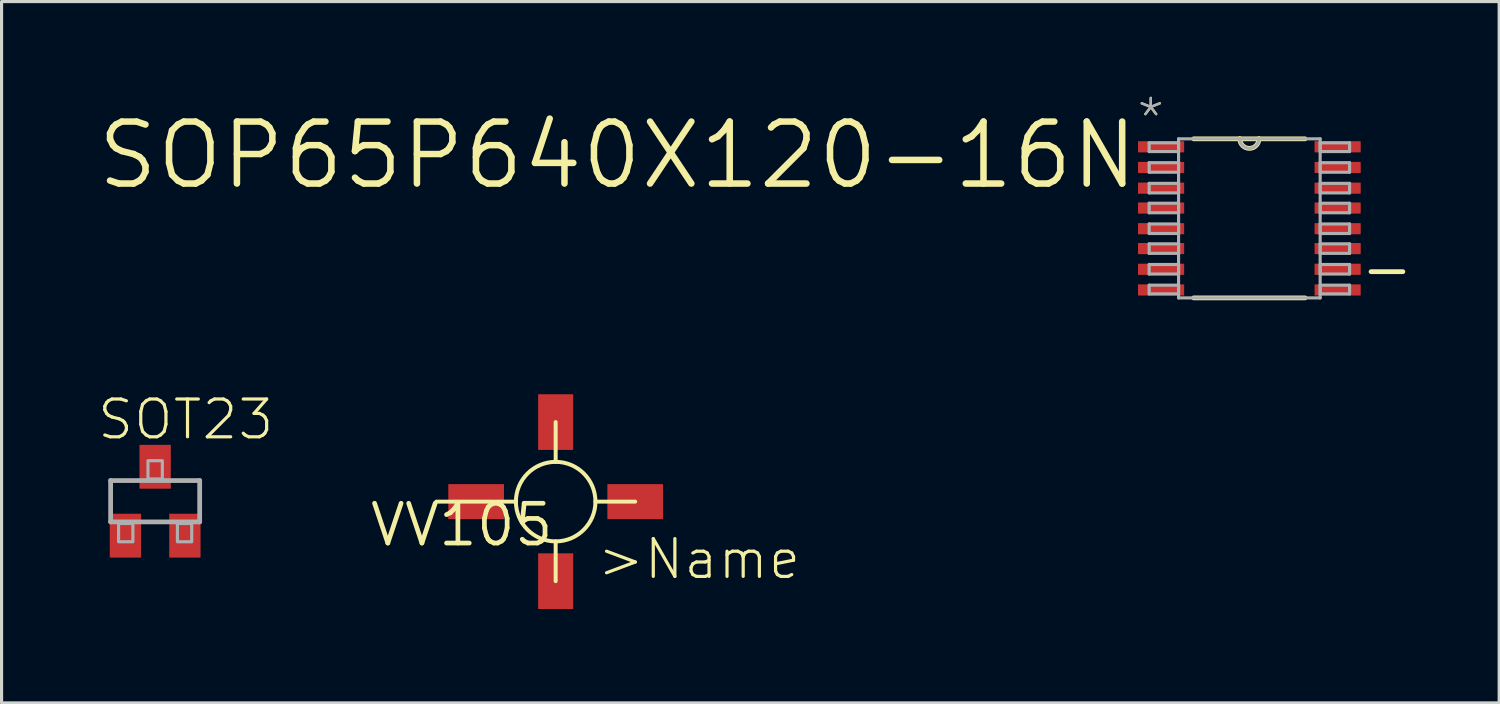
<source format=kicad_pcb>
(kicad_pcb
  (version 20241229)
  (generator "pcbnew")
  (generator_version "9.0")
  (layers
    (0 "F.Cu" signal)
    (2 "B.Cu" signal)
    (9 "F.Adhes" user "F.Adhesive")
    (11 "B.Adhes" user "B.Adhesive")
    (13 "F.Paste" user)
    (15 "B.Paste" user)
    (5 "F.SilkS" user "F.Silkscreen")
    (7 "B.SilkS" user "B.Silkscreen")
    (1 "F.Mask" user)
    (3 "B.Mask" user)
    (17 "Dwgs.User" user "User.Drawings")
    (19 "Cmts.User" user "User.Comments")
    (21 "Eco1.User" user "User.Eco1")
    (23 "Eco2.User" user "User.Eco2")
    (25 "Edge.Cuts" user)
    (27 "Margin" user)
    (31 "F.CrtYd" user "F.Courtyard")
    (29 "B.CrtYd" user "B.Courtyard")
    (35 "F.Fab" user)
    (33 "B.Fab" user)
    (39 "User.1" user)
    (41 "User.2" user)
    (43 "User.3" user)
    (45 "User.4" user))
  (footprint "SOT23"
    (layer "F.Cu")
    (at 1.905 12.957)
    (property "Reference" "SOT23" (at -1.905 -1.905 0) (layer "F.SilkS") (effects (font (size 1.206 1.206) (thickness 0.102)) (justify left bottom)))
    (attr through_hole)
    (fp_line (start -1.422 -0.66) (end 1.422 -0.66) (stroke (width 0.152) (type solid)) (layer "F.Fab"))
    (fp_line (start -1.422 0.66) (end -1.422 -0.66) (stroke (width 0.152) (type solid)) (layer "F.Fab"))
    (fp_line (start 1.422 -0.66) (end 1.422 0.66) (stroke (width 0.152) (type solid)) (layer "F.Fab"))
    (fp_line (start 1.422 0.66) (end -1.422 0.66) (stroke (width 0.152) (type solid)) (layer "F.Fab"))
    (fp_poly (pts (xy -1.168 1.295) (xy -0.711 1.295) (xy -0.711 0.711) (xy -1.168 0.711)) (stroke (width 0.1) (type solid)) (fill no) (layer "F.Fab"))
    (fp_poly (pts (xy -0.229 -0.711) (xy 0.229 -0.711) (xy 0.229 -1.295) (xy -0.229 -1.295)) (stroke (width 0.1) (type solid)) (fill no) (layer "F.Fab"))
    (fp_poly (pts (xy 0.711 1.295) (xy 1.168 1.295) (xy 1.168 0.711) (xy 0.711 0.711)) (stroke (width 0.1) (type solid)) (fill no) (layer "F.Fab"))
    (pad "1" smd rect (at -0.95 1.1) (size 1 1.4) (layers "F.Cu" "F.Mask" "F.Paste"))
    (pad "2" smd rect (at 0.95 1.1) (size 1 1.4) (layers "F.Cu" "F.Mask" "F.Paste"))
    (pad "3" smd rect (at 0 -1.1) (size 1 1.4) (layers "F.Cu" "F.Mask" "F.Paste")))
  (footprint "VV105"
    (layer "F.Cu")
    (at 14.696 12.97)
    (property "Reference" "VV105" (at 0 0 0) (layer "F.SilkS") (effects (font (size 1.27 1.27) (thickness 0.15)) (justify right top)))
    (attr through_hole)
    (fp_line (start -1.27 0) (end -3.81 0) (stroke (width 0.127) (type solid)) (layer "F.SilkS"))
    (fp_line (start 0 -1.27) (end 0 -2.54) (stroke (width 0.127) (type solid)) (layer "F.SilkS"))
    (fp_line (start 0 1.27) (end 0 2.54) (stroke (width 0.127) (type solid)) (layer "F.SilkS"))
    (fp_line (start 1.27 0) (end 2.54 0) (stroke (width 0.127) (type solid)) (layer "F.SilkS"))
    (fp_circle (center 0 0) (end 1.27 0) (stroke (width 0.127) (type solid)) (fill no) (layer "F.SilkS"))
    (fp_text user ">Name" (at 1.27 2.54 0) (layer "F.SilkS") (effects (font (size 1.206 1.206) (thickness 0.102)) (justify left bottom)))
    (pad "1" smd rect (at -2.54 0) (size 1.778 1.118) (layers "F.Cu" "F.Mask" "F.Paste"))
    (pad "2" smd rect (at 0 2.54 90) (size 1.778 1.118) (layers "F.Cu" "F.Mask" "F.Paste"))
    (pad "3" smd rect (at 2.54 0) (size 1.778 1.118) (layers "F.Cu" "F.Mask" "F.Paste"))
    (pad "4" smd rect (at 0 -2.54 90) (size 1.778 1.118) (layers "F.Cu" "F.Mask" "F.Paste")))
  (footprint "SOP65P640X120-16N"
    (layer "F.Cu")
    (at 36.85 3.924)
    (property "Reference" "SOP65P640X120-16N" (at -3.454 -3.175 0) (layer "F.SilkS") (effects (font (size 1.979 1.979) (thickness 0.208)) (justify right top)))
    (attr through_hole)
    (fp_line (start -1.778 2.54) (end 1.778 2.54) (stroke (width 0.152) (type solid)) (layer "F.SilkS"))
    (fp_line (start -0.305 -2.54) (end -1.778 -2.54) (stroke (width 0.152) (type solid)) (layer "F.SilkS"))
    (fp_line (start 0.305 -2.54) (end -0.305 -2.54) (stroke (width 0.152) (type solid)) (layer "F.SilkS"))
    (fp_line (start 1.778 -2.54) (end 0.305 -2.54) (stroke (width 0.152) (type solid)) (layer "F.SilkS"))
    (fp_line (start 3.886 1.702) (end 4.902 1.702) (stroke (width 0.152) (type solid)) (layer "F.SilkS"))
    (fp_arc (start 0.3048 -2.54) (mid 0 -2.2352) (end -0.3048 -2.54) (stroke (width 0.1524) (type solid)) (layer "F.SilkS"))
    (fp_line (start -3.2 -2.413) (end -3.2 -2.134) (stroke (width 0.1) (type solid)) (layer "F.Fab"))
    (fp_line (start -3.2 -2.134) (end -2.261 -2.134) (stroke (width 0.1) (type solid)) (layer "F.Fab"))
    (fp_line (start -3.2 -1.778) (end -3.2 -1.473) (stroke (width 0.1) (type solid)) (layer "F.Fab"))
    (fp_line (start -3.2 -1.473) (end -2.261 -1.473) (stroke (width 0.1) (type solid)) (layer "F.Fab"))
    (fp_line (start -3.2 -1.118) (end -3.2 -0.813) (stroke (width 0.1) (type solid)) (layer "F.Fab"))
    (fp_line (start -3.2 -0.813) (end -2.261 -0.813) (stroke (width 0.1) (type solid)) (layer "F.Fab"))
    (fp_line (start -3.2 -0.483) (end -3.2 -0.178) (stroke (width 0.1) (type solid)) (layer "F.Fab"))
    (fp_line (start -3.2 -0.178) (end -2.261 -0.178) (stroke (width 0.1) (type solid)) (layer "F.Fab"))
    (fp_line (start -3.2 0.178) (end -3.2 0.483) (stroke (width 0.1) (type solid)) (layer "F.Fab"))
    (fp_line (start -3.2 0.483) (end -2.261 0.483) (stroke (width 0.1) (type solid)) (layer "F.Fab"))
    (fp_line (start -3.2 0.813) (end -3.2 1.118) (stroke (width 0.1) (type solid)) (layer "F.Fab"))
    (fp_line (start -3.2 1.118) (end -2.261 1.118) (stroke (width 0.1) (type solid)) (layer "F.Fab"))
    (fp_line (start -3.2 1.473) (end -3.2 1.778) (stroke (width 0.1) (type solid)) (layer "F.Fab"))
    (fp_line (start -3.2 1.778) (end -2.261 1.778) (stroke (width 0.1) (type solid)) (layer "F.Fab"))
    (fp_line (start -3.2 2.134) (end -3.2 2.413) (stroke (width 0.1) (type solid)) (layer "F.Fab"))
    (fp_line (start -3.2 2.413) (end -2.261 2.413) (stroke (width 0.1) (type solid)) (layer "F.Fab"))
    (fp_line (start -2.261 -2.54) (end -2.261 2.54) (stroke (width 0.1) (type solid)) (layer "F.Fab"))
    (fp_line (start -2.261 -2.413) (end -3.2 -2.413) (stroke (width 0.1) (type solid)) (layer "F.Fab"))
    (fp_line (start -2.261 -2.134) (end -2.261 -2.413) (stroke (width 0.1) (type solid)) (layer "F.Fab"))
    (fp_line (start -2.261 -1.778) (end -3.2 -1.778) (stroke (width 0.1) (type solid)) (layer "F.Fab"))
    (fp_line (start -2.261 -1.473) (end -2.261 -1.778) (stroke (width 0.1) (type solid)) (layer "F.Fab"))
    (fp_line (start -2.261 -1.118) (end -3.2 -1.118) (stroke (width 0.1) (type solid)) (layer "F.Fab"))
    (fp_line (start -2.261 -0.813) (end -2.261 -1.118) (stroke (width 0.1) (type solid)) (layer "F.Fab"))
    (fp_line (start -2.261 -0.483) (end -3.2 -0.483) (stroke (width 0.1) (type solid)) (layer "F.Fab"))
    (fp_line (start -2.261 -0.178) (end -2.261 -0.483) (stroke (width 0.1) (type solid)) (layer "F.Fab"))
    (fp_line (start -2.261 0.178) (end -3.2 0.178) (stroke (width 0.1) (type solid)) (layer "F.Fab"))
    (fp_line (start -2.261 0.483) (end -2.261 0.178) (stroke (width 0.1) (type solid)) (layer "F.Fab"))
    (fp_line (start -2.261 0.813) (end -3.2 0.813) (stroke (width 0.1) (type solid)) (layer "F.Fab"))
    (fp_line (start -2.261 1.118) (end -2.261 0.813) (stroke (width 0.1) (type solid)) (layer "F.Fab"))
    (fp_line (start -2.261 1.473) (end -3.2 1.473) (stroke (width 0.1) (type solid)) (layer "F.Fab"))
    (fp_line (start -2.261 1.778) (end -2.261 1.473) (stroke (width 0.1) (type solid)) (layer "F.Fab"))
    (fp_line (start -2.261 2.134) (end -3.2 2.134) (stroke (width 0.1) (type solid)) (layer "F.Fab"))
    (fp_line (start -2.261 2.413) (end -2.261 2.134) (stroke (width 0.1) (type solid)) (layer "F.Fab"))
    (fp_line (start -2.261 2.54) (end 2.261 2.54) (stroke (width 0.1) (type solid)) (layer "F.Fab"))
    (fp_line (start -0.305 -2.54) (end -2.261 -2.54) (stroke (width 0.1) (type solid)) (layer "F.Fab"))
    (fp_line (start 0.305 -2.54) (end -0.305 -2.54) (stroke (width 0.1) (type solid)) (layer "F.Fab"))
    (fp_line (start 2.261 -2.54) (end 0.305 -2.54) (stroke (width 0.1) (type solid)) (layer "F.Fab"))
    (fp_line (start 2.261 -2.413) (end 2.261 -2.134) (stroke (width 0.1) (type solid)) (layer "F.Fab"))
    (fp_line (start 2.261 -2.134) (end 3.2 -2.134) (stroke (width 0.1) (type solid)) (layer "F.Fab"))
    (fp_line (start 2.261 -1.778) (end 2.261 -1.473) (stroke (width 0.1) (type solid)) (layer "F.Fab"))
    (fp_line (start 2.261 -1.473) (end 3.2 -1.473) (stroke (width 0.1) (type solid)) (layer "F.Fab"))
    (fp_line (start 2.261 -1.118) (end 2.261 -0.813) (stroke (width 0.1) (type solid)) (layer "F.Fab"))
    (fp_line (start 2.261 -0.813) (end 3.2 -0.813) (stroke (width 0.1) (type solid)) (layer "F.Fab"))
    (fp_line (start 2.261 -0.483) (end 2.261 -0.178) (stroke (width 0.1) (type solid)) (layer "F.Fab"))
    (fp_line (start 2.261 -0.178) (end 3.2 -0.178) (stroke (width 0.1) (type solid)) (layer "F.Fab"))
    (fp_line (start 2.261 0.178) (end 2.261 0.483) (stroke (width 0.1) (type solid)) (layer "F.Fab"))
    (fp_line (start 2.261 0.483) (end 3.2 0.483) (stroke (width 0.1) (type solid)) (layer "F.Fab"))
    (fp_line (start 2.261 0.813) (end 2.261 1.118) (stroke (width 0.1) (type solid)) (layer "F.Fab"))
    (fp_line (start 2.261 1.118) (end 3.2 1.118) (stroke (width 0.1) (type solid)) (layer "F.Fab"))
    (fp_line (start 2.261 1.473) (end 2.261 1.778) (stroke (width 0.1) (type solid)) (layer "F.Fab"))
    (fp_line (start 2.261 1.778) (end 3.2 1.778) (stroke (width 0.1) (type solid)) (layer "F.Fab"))
    (fp_line (start 2.261 2.134) (end 2.261 2.413) (stroke (width 0.1) (type solid)) (layer "F.Fab"))
    (fp_line (start 2.261 2.413) (end 3.2 2.413) (stroke (width 0.1) (type solid)) (layer "F.Fab"))
    (fp_line (start 2.261 2.54) (end 2.261 -2.54) (stroke (width 0.1) (type solid)) (layer "F.Fab"))
    (fp_line (start 3.2 -2.413) (end 2.261 -2.413) (stroke (width 0.1) (type solid)) (layer "F.Fab"))
    (fp_line (start 3.2 -2.134) (end 3.2 -2.413) (stroke (width 0.1) (type solid)) (layer "F.Fab"))
    (fp_line (start 3.2 -1.778) (end 2.261 -1.778) (stroke (width 0.1) (type solid)) (layer "F.Fab"))
    (fp_line (start 3.2 -1.473) (end 3.2 -1.778) (stroke (width 0.1) (type solid)) (layer "F.Fab"))
    (fp_line (start 3.2 -1.118) (end 2.261 -1.118) (stroke (width 0.1) (type solid)) (layer "F.Fab"))
    (fp_line (start 3.2 -0.813) (end 3.2 -1.118) (stroke (width 0.1) (type solid)) (layer "F.Fab"))
    (fp_line (start 3.2 -0.483) (end 2.261 -0.483) (stroke (width 0.1) (type solid)) (layer "F.Fab"))
    (fp_line (start 3.2 -0.178) (end 3.2 -0.483) (stroke (width 0.1) (type solid)) (layer "F.Fab"))
    (fp_line (start 3.2 0.178) (end 2.261 0.178) (stroke (width 0.1) (type solid)) (layer "F.Fab"))
    (fp_line (start 3.2 0.483) (end 3.2 0.178) (stroke (width 0.1) (type solid)) (layer "F.Fab"))
    (fp_line (start 3.2 0.813) (end 2.261 0.813) (stroke (width 0.1) (type solid)) (layer "F.Fab"))
    (fp_line (start 3.2 1.118) (end 3.2 0.813) (stroke (width 0.1) (type solid)) (layer "F.Fab"))
    (fp_line (start 3.2 1.473) (end 2.261 1.473) (stroke (width 0.1) (type solid)) (layer "F.Fab"))
    (fp_line (start 3.2 1.778) (end 3.2 1.473) (stroke (width 0.1) (type solid)) (layer "F.Fab"))
    (fp_line (start 3.2 2.134) (end 2.261 2.134) (stroke (width 0.1) (type solid)) (layer "F.Fab"))
    (fp_line (start 3.2 2.413) (end 3.2 2.134) (stroke (width 0.1) (type solid)) (layer "F.Fab"))
    (fp_arc (start 0.3048 -2.54) (mid 0 -2.2352) (end -0.3048 -2.54) (stroke (width 0.1) (type solid)) (layer "F.Fab"))
    (fp_text user "*" (at -3.658 -2.489 0) (layer "F.SilkS") (effects (font (size 1.206 1.206) (thickness 0.076)) (justify left bottom)))
    (fp_text user "*" (at -3.658 -2.489 0) (layer "F.Fab") (effects (font (size 1.206 1.206) (thickness 0.076)) (justify left bottom)))
    (pad "1" smd rect (at -2.819 -2.286) (size 1.473 0.356) (layers "F.Cu" "F.Mask" "F.Paste"))
    (pad "2" smd rect (at -2.819 -1.626) (size 1.473 0.356) (layers "F.Cu" "F.Mask" "F.Paste"))
    (pad "3" smd rect (at -2.819 -0.965) (size 1.473 0.356) (layers "F.Cu" "F.Mask" "F.Paste"))
    (pad "4" smd rect (at -2.819 -0.33) (size 1.473 0.356) (layers "F.Cu" "F.Mask" "F.Paste"))
    (pad "5" smd rect (at -2.819 0.33) (size 1.473 0.356) (layers "F.Cu" "F.Mask" "F.Paste"))
    (pad "6" smd rect (at -2.819 0.965) (size 1.473 0.356) (layers "F.Cu" "F.Mask" "F.Paste"))
    (pad "7" smd rect (at -2.819 1.626) (size 1.473 0.356) (layers "F.Cu" "F.Mask" "F.Paste"))
    (pad "8" smd rect (at -2.819 2.286) (size 1.473 0.356) (layers "F.Cu" "F.Mask" "F.Paste"))
    (pad "9" smd rect (at 2.819 2.286) (size 1.473 0.356) (layers "F.Cu" "F.Mask" "F.Paste"))
    (pad "10" smd rect (at 2.819 1.626) (size 1.473 0.356) (layers "F.Cu" "F.Mask" "F.Paste"))
    (pad "11" smd rect (at 2.819 0.965) (size 1.473 0.356) (layers "F.Cu" "F.Mask" "F.Paste"))
    (pad "12" smd rect (at 2.819 0.33) (size 1.473 0.356) (layers "F.Cu" "F.Mask" "F.Paste"))
    (pad "13" smd rect (at 2.819 -0.33) (size 1.473 0.356) (layers "F.Cu" "F.Mask" "F.Paste"))
    (pad "14" smd rect (at 2.819 -0.965) (size 1.473 0.356) (layers "F.Cu" "F.Mask" "F.Paste"))
    (pad "15" smd rect (at 2.819 -1.626) (size 1.473 0.356) (layers "F.Cu" "F.Mask" "F.Paste"))
    (pad "16" smd rect (at 2.819 -2.286) (size 1.473 0.356) (layers "F.Cu" "F.Mask" "F.Paste")))
  (gr_rect
    (start -3 -3)
    (end 44.828 19.398)
    (stroke (width 0.1) (type default))
    (fill no)
    (layer "Edge.Cuts")))
</source>
